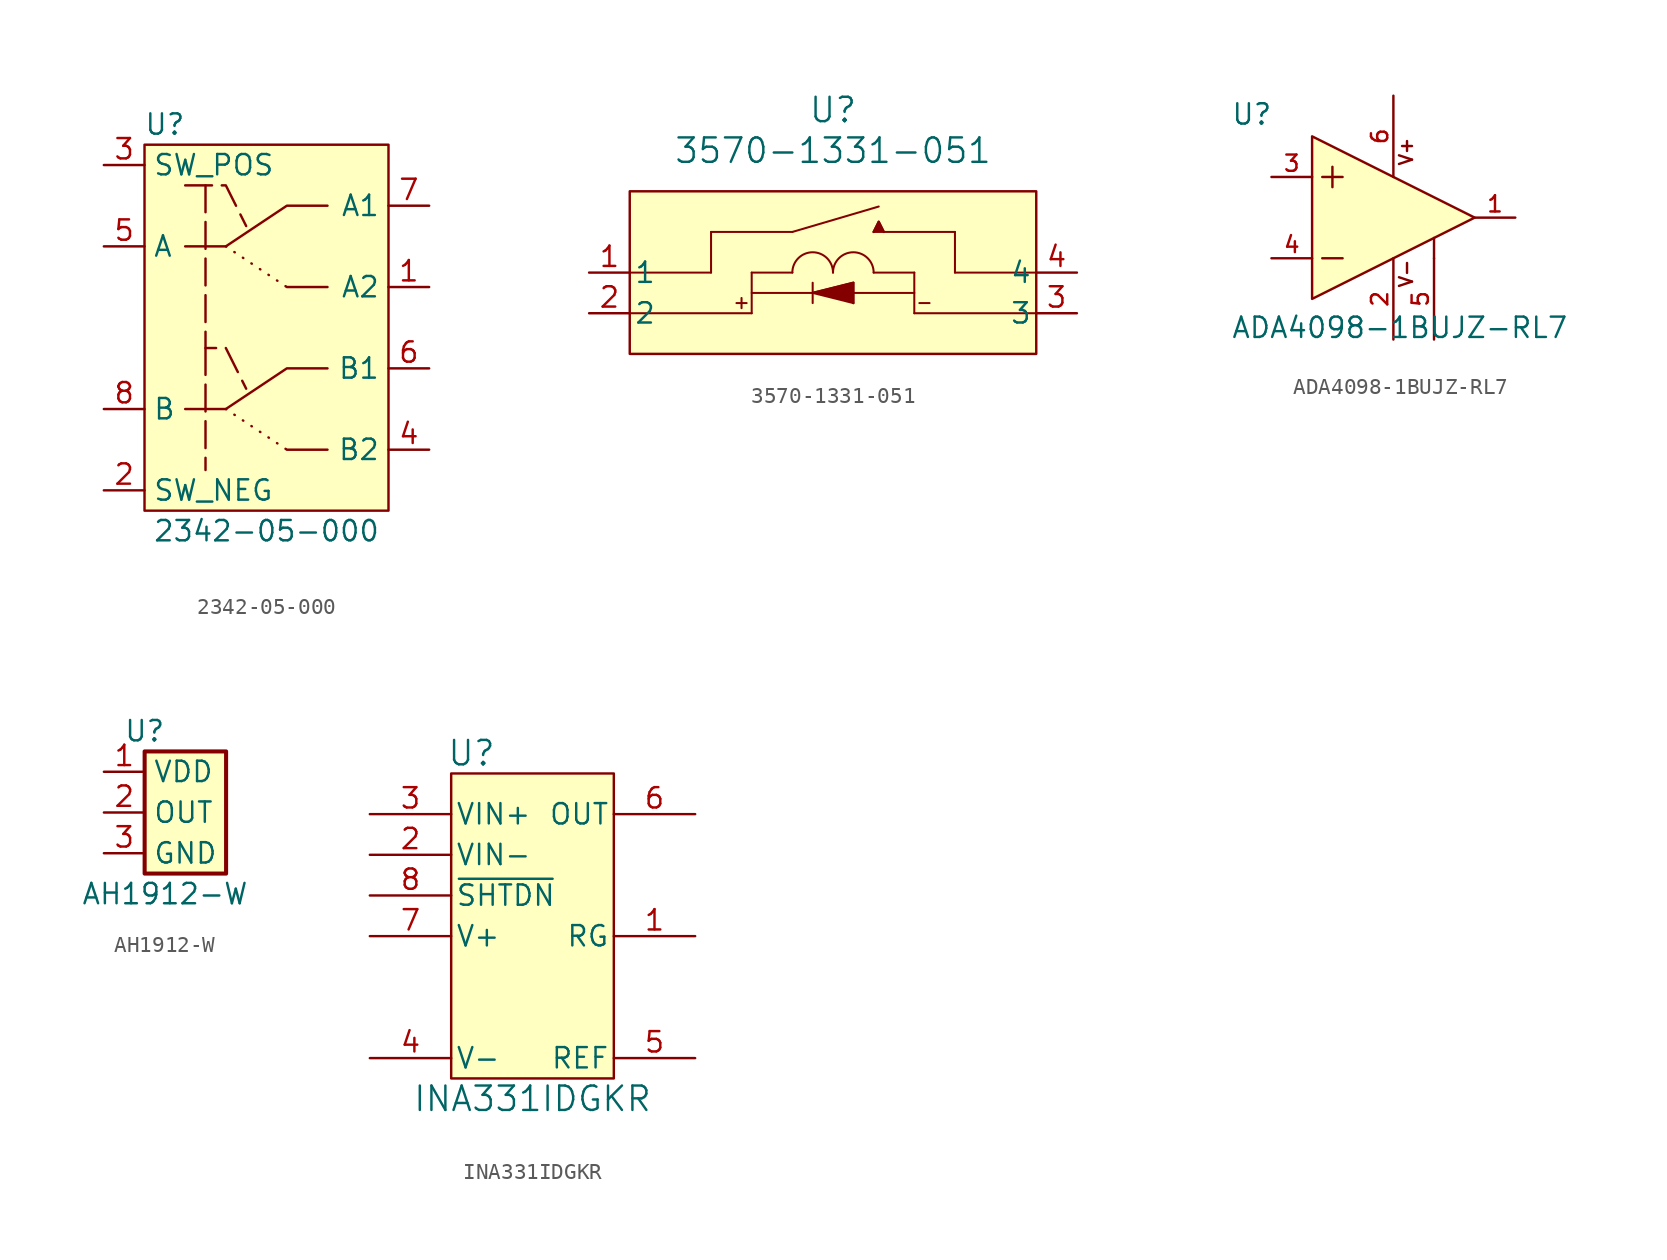
<source format=kicad_sym>
(kicad_symbol_lib
  (version 20220914)
  (generator kicad_symbol_editor)
  (symbol "2342-05-000"
    (property "Reference" "U"
      (at -6.35 12.7 0)
      (effects (font (size 1.27 1.27))))
    (property "Value" "2342-05-000"
      (at 0 -12.7 0)
      (effects (font (size 1.27 1.27))))
    (symbol "2342-05-000_0_1"
      (polyline (pts (xy 1.27 -7.62) (xy 3.81 -7.62)) (stroke (width 0) (type default)) (fill (type none)))
      (polyline (pts (xy 1.27 2.54) (xy 3.81 2.54)) (stroke (width 0) (type default)) (fill (type none)))
      (polyline (pts (xy -5.08 -5.08) (xy -2.54 -5.08) (xy 1.27 -2.54) (xy 3.81 -2.54)) (stroke (width 0) (type default)) (fill (type none)))
      (polyline (pts (xy -5.08 5.08) (xy -2.54 5.08) (xy 1.27 7.62) (xy 3.81 7.62)) (stroke (width 0) (type default)) (fill (type none))))
    (symbol "2342-05-000_1_1"
      (rectangle (start -7.62 11.43) (end 7.62 -11.43) (stroke (width 0) (type default)) (fill (type background)))
      (polyline (pts (xy -3.81 -1.27) (xy -3.81 -8.89)) (stroke (width 0) (type dash)) (fill (type none)))
      (polyline (pts (xy -2.54 -5.08) (xy 1.27 -7.62)) (stroke (width 0) (type dot)) (fill (type none)))
      (polyline (pts (xy -2.54 5.08) (xy 1.27 2.54)) (stroke (width 0) (type dot)) (fill (type none)))
      (polyline (pts (xy -5.08 8.89) (xy -2.54 8.89) (xy -1.27 6.35)) (stroke (width 0) (type dash)) (fill (type none)))
      (polyline (pts (xy -3.81 8.89) (xy -3.81 -1.27) (xy -2.54 -1.27) (xy -1.27 -3.81)) (stroke (width 0) (type dash)) (fill (type none)))
      (pin bidirectional line (at 10.16 2.54 180) (length 2.54) (name "A2" (effects (font (size 1.27 1.27)))) (number "1" (effects (font (size 1.27 1.27)))))
      (pin input line (at -10.16 -10.16 0) (length 2.54) (name "SW_NEG" (effects (font (size 1.27 1.27)))) (number "2" (effects (font (size 1.27 1.27)))))
      (pin input line (at -10.16 10.16 0) (length 2.54) (name "SW_POS" (effects (font (size 1.27 1.27)))) (number "3" (effects (font (size 1.27 1.27)))))
      (pin bidirectional line (at 10.16 -7.62 180) (length 2.54) (name "B2" (effects (font (size 1.27 1.27)))) (number "4" (effects (font (size 1.27 1.27)))))
      (pin bidirectional line (at -10.16 5.08 0) (length 2.54) (name "A" (effects (font (size 1.27 1.27)))) (number "5" (effects (font (size 1.27 1.27)))))
      (pin bidirectional line (at 10.16 -2.54 180) (length 2.54) (name "B1" (effects (font (size 1.27 1.27)))) (number "6" (effects (font (size 1.27 1.27)))))
      (pin bidirectional line (at 10.16 7.62 180) (length 2.54) (name "A1" (effects (font (size 1.27 1.27)))) (number "7" (effects (font (size 1.27 1.27)))))
      (pin bidirectional line (at -10.16 -5.08 0) (length 2.54) (name "B" (effects (font (size 1.27 1.27)))) (number "8" (effects (font (size 1.27 1.27)))))))
  (symbol "3570-1331-051"
    (pin_names
      (offset 0.254))
    (property "Reference" "U"
      (at 0 10.16 0)
      (effects (font (size 1.524 1.524))))
    (property "Value" "3570-1331-051"
      (at 0 7.62 0)
      (effects (font (size 1.524 1.524))))
    (symbol "3570-1331-051_0_1"
      (arc (start 0 0) (mid -1.27 1.2645) (end -2.54 0) (stroke (width 0.127) (type default)) (fill (type none)))
      (polyline (pts (xy -12.7 0) (xy -7.62 0)) (stroke (width 0.127) (type default)) (fill (type none)))
      (polyline (pts (xy -7.62 0) (xy -7.62 2.54)) (stroke (width 0.127) (type default)) (fill (type none)))
      (polyline (pts (xy -7.62 2.54) (xy -2.54 2.54)) (stroke (width 0.127) (type default)) (fill (type none)))
      (polyline (pts (xy -6.032 -1.905) (xy -5.397 -1.905)) (stroke (width 0.127) (type default)) (fill (type none)))
      (polyline (pts (xy -5.715 -1.587) (xy -5.715 -2.223)) (stroke (width 0.127) (type default)) (fill (type none)))
      (polyline (pts (xy -5.08 -2.54) (xy -12.7 -2.54)) (stroke (width 0.127) (type default)) (fill (type none)))
      (polyline (pts (xy -5.08 -1.27) (xy 5.08 -1.27)) (stroke (width 0.127) (type default)) (fill (type none)))
      (polyline (pts (xy -5.08 0) (xy -5.08 -2.54)) (stroke (width 0.127) (type default)) (fill (type none)))
      (polyline (pts (xy -5.08 0) (xy -2.54 0)) (stroke (width 0.127) (type default)) (fill (type none)))
      (polyline (pts (xy -2.54 2.54) (xy 2.857 4.128)) (stroke (width 0.127) (type default)) (fill (type none)))
      (polyline (pts (xy -1.27 -1.27) (xy 1.27 -0.635)) (stroke (width 0.127) (type default)) (fill (type none)))
      (polyline (pts (xy -1.27 -0.635) (xy -1.27 -1.905)) (stroke (width 0.127) (type default)) (fill (type none)))
      (polyline (pts (xy 1.27 -1.905) (xy -1.27 -1.27)) (stroke (width 0.127) (type default)) (fill (type none)))
      (polyline (pts (xy 1.27 -1.905) (xy 1.27 -0.635)) (stroke (width 0.127) (type default)) (fill (type none)))
      (polyline (pts (xy 2.54 2.54) (xy 2.857 3.175)) (stroke (width 0.127) (type default)) (fill (type none)))
      (polyline (pts (xy 2.54 2.54) (xy 7.62 2.54)) (stroke (width 0.127) (type default)) (fill (type none)))
      (polyline (pts (xy 2.857 3.175) (xy 3.175 2.54)) (stroke (width 0.127) (type default)) (fill (type none)))
      (polyline (pts (xy 5.08 -2.54) (xy 12.7 -2.54)) (stroke (width 0.127) (type default)) (fill (type none)))
      (polyline (pts (xy 5.08 0) (xy 2.54 0)) (stroke (width 0.127) (type default)) (fill (type none)))
      (polyline (pts (xy 5.08 0) (xy 5.08 -2.54)) (stroke (width 0.127) (type default)) (fill (type none)))
      (polyline (pts (xy 5.397 -1.905) (xy 6.032 -1.905)) (stroke (width 0.127) (type default)) (fill (type none)))
      (polyline (pts (xy 7.62 0) (xy 7.62 2.54)) (stroke (width 0.127) (type default)) (fill (type none)))
      (polyline (pts (xy 12.7 0) (xy 7.62 0)) (stroke (width 0.127) (type default)) (fill (type none)))
      (polyline (pts (xy -1.27 -1.27) (xy 1.27 -0.635) (xy 1.27 -1.905)) (stroke (width 0) (type default)) (fill (type outline)))
      (polyline (pts (xy 2.54 2.54) (xy 2.857 3.175) (xy 3.175 2.54)) (stroke (width 0) (type default)) (fill (type outline)))
      (arc (start 2.54 0) (mid 1.27 1.2645) (end 0 0) (stroke (width 0.127) (type default)) (fill (type none))))
    (symbol "3570-1331-051_1_1"
      (rectangle (start -12.7 5.08) (end 12.7 -5.08) (stroke (width 0) (type default)) (fill (type background)))
      (pin unspecified line (at -15.24 0 0) (length 2.54) (name "1" (effects (font (size 1.27 1.27)))) (number "1" (effects (font (size 1.27 1.27)))))
      (pin unspecified line (at -15.24 -2.54 0) (length 2.54) (name "2" (effects (font (size 1.27 1.27)))) (number "2" (effects (font (size 1.27 1.27)))))
      (pin unspecified line (at 15.24 -2.54 180) (length 2.54) (name "3" (effects (font (size 1.27 1.27)))) (number "3" (effects (font (size 1.27 1.27)))))
      (pin unspecified line (at 15.24 0 180) (length 2.54) (name "4" (effects (font (size 1.27 1.27)))) (number "4" (effects (font (size 1.27 1.27)))))))
  (symbol "ADA4098-1BUJZ-RL7"
    (pin_names
      (offset 1.016))
    (property "Reference" "U"
      (at -10.16 5.715 0)
      (effects (font (size 1.27 1.27)) (justify left bottom)))
    (property "Value" "ADA4098-1BUJZ-RL7"
      (at -10.16 -7.62 0)
      (effects (font (size 1.27 1.27)) (justify left bottom)))
    (symbol "ADA4098-1BUJZ-RL7_0_0"
      (polyline (pts (xy -4.445 -2.54) (xy -3.175 -2.54)) (stroke (width 0.152) (type default)) (fill (type none)))
      (polyline (pts (xy -4.445 2.54) (xy -3.175 2.54)) (stroke (width 0.152) (type default)) (fill (type none)))
      (polyline (pts (xy -3.81 3.175) (xy -3.81 1.905)) (stroke (width 0.152) (type default)) (fill (type none)))
      (polyline (pts (xy 2.54 -2.54) (xy 2.54 -1.27)) (stroke (width 0.152) (type default)) (fill (type none)))
      (text "V+" (at 1.27 3.175 900) (effects (font (size 0.813 0.813)) (justify left bottom)))
      (text "V-" (at 1.27 -4.445 900) (effects (font (size 0.813 0.813)) (justify left bottom)))
      (pin output line (at 7.62 0 180) (length 2.54) (name "~" (effects (font (size 1.016 1.016)))) (number "1" (effects (font (size 1.016 1.016)))))
      (pin power_in line (at 0 -7.62 90) (length 5.08) (name "~" (effects (font (size 1.016 1.016)))) (number "2" (effects (font (size 1.016 1.016)))))
      (pin input line (at -7.62 2.54 0) (length 2.54) (name "~" (effects (font (size 1.016 1.016)))) (number "3" (effects (font (size 1.016 1.016)))))
      (pin input line (at -7.62 -2.54 0) (length 2.54) (name "~" (effects (font (size 1.016 1.016)))) (number "4" (effects (font (size 1.016 1.016)))))
      (pin input line (at 2.54 -7.62 90) (length 5.08) (name "~" (effects (font (size 1.016 1.016)))) (number "5" (effects (font (size 1.016 1.016)))))
      (pin power_in line (at 0 7.62 270) (length 5.08) (name "~" (effects (font (size 1.016 1.016)))) (number "6" (effects (font (size 1.016 1.016))))))
    (symbol "ADA4098-1BUJZ-RL7_1_1"
      (polyline (pts (xy -5.08 -5.08) (xy 5.08 0) (xy -5.08 5.08) (xy -5.08 -5.08)) (stroke (width 0) (type default)) (fill (type background)))))
  (symbol "AH1912-W"
    (property "Reference" "U"
      (at -2.54 5.08 0)
      (effects (font (size 1.27 1.27))))
    (property "Value" "AH1912-W"
      (at -1.27 -5.08 0)
      (effects (font (size 1.27 1.27))))
    (symbol "AH1912-W_0_1"
      (rectangle (start -2.54 3.81) (end 2.54 -3.81) (stroke (width 0.254) (type default)) (fill (type background))))
    (symbol "AH1912-W_1_1"
      (pin power_in line (at -5.08 2.54 0) (length 2.54) (name "VDD" (effects (font (size 1.27 1.27)))) (number "1" (effects (font (size 1.27 1.27)))))
      (pin open_collector line (at -5.08 0 0) (length 2.54) (name "OUT" (effects (font (size 1.27 1.27)))) (number "2" (effects (font (size 1.27 1.27)))))
      (pin power_in line (at -5.08 -2.54 0) (length 2.54) (name "GND" (effects (font (size 1.27 1.27)))) (number "3" (effects (font (size 1.27 1.27)))))))
  (symbol "INA331IDGKR"
    (pin_names
      (offset 0.254))
    (property "Reference" "U"
      (at -3.81 8.89 0)
      (effects (font (size 1.524 1.524))))
    (property "Value" "INA331IDGKR"
      (at 0 -12.7 0)
      (effects (font (size 1.524 1.524))))
    (symbol "INA331IDGKR_0_1"
      (pin input line (at -10.16 2.54 0) (length 5.08) (name "VIN-" (effects (font (size 1.27 1.27)))) (number "2" (effects (font (size 1.27 1.27)))))
      (pin input line (at -10.16 5.08 0) (length 5.08) (name "VIN+" (effects (font (size 1.27 1.27)))) (number "3" (effects (font (size 1.27 1.27)))))
      (pin power_in line (at -10.16 -10.16 0) (length 5.08) (name "V-" (effects (font (size 1.27 1.27)))) (number "4" (effects (font (size 1.27 1.27)))))
      (pin input line (at 10.16 -10.16 180) (length 5.08) (name "REF" (effects (font (size 1.27 1.27)))) (number "5" (effects (font (size 1.27 1.27)))))
      (pin output line (at 10.16 5.08 180) (length 5.08) (name "OUT" (effects (font (size 1.27 1.27)))) (number "6" (effects (font (size 1.27 1.27)))))
      (pin power_in line (at -10.16 -2.54 0) (length 5.08) (name "V+" (effects (font (size 1.27 1.27)))) (number "7" (effects (font (size 1.27 1.27))))))
    (symbol "INA331IDGKR_1_1"
      (rectangle (start -5.08 7.62) (end 5.08 -11.43) (stroke (width 0) (type default)) (fill (type background)))
      (pin input line (at 10.16 -2.54 180) (length 5.08) (name "RG" (effects (font (size 1.27 1.27)))) (number "1" (effects (font (size 1.27 1.27)))))
      (pin input line (at -10.16 0 0) (length 5.08) (name "~{SHTDN}" (effects (font (size 1.27 1.27)))) (number "8" (effects (font (size 1.27 1.27))))))))
</source>
